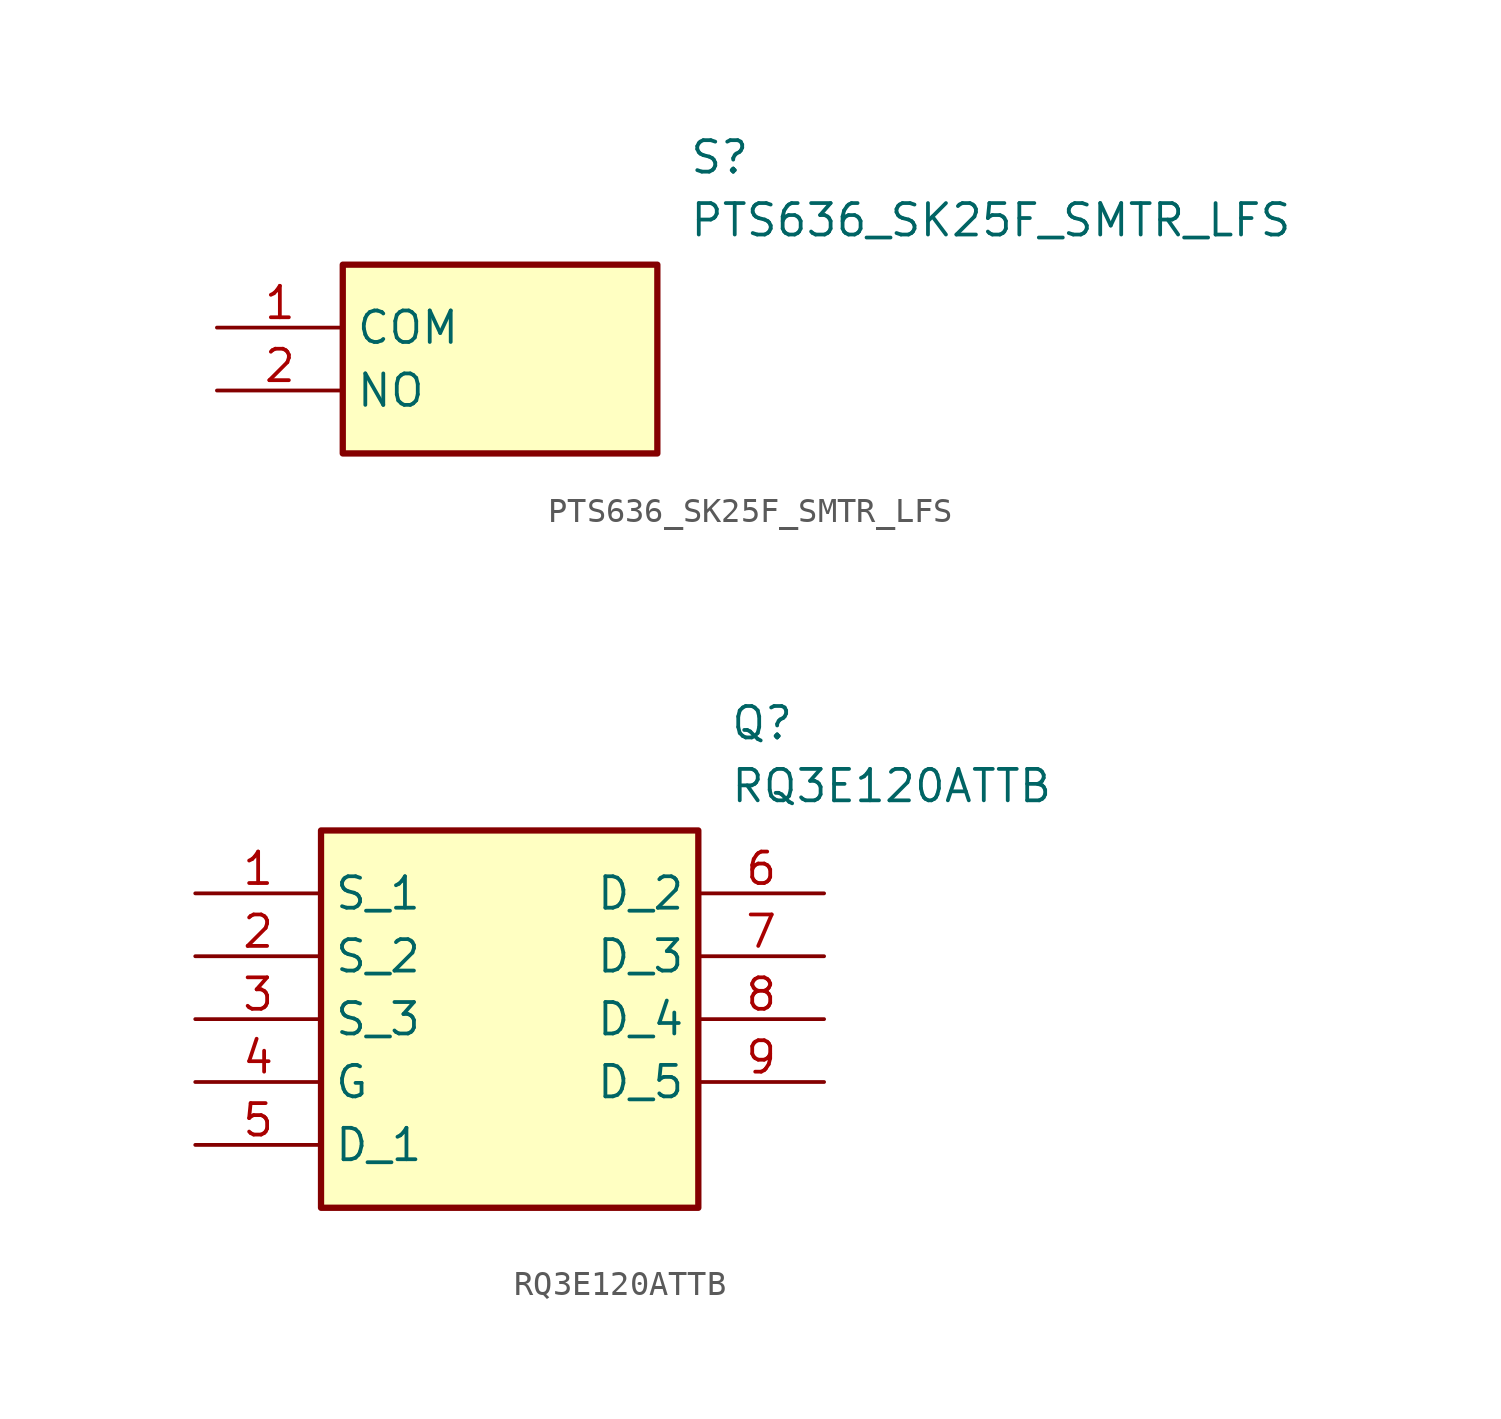
<source format=kicad_sym>
(kicad_symbol_lib
  (version 20220914)
  (generator SamacSys_ECAD_Model)
  (symbol "PTS636_SK25F_SMTR_LFS"
    (property "Reference" "S"
      (at 19.05 7.62 0)
      (effects (font (size 1.27 1.27)) (justify left top)))
    (property "Value" "PTS636_SK25F_SMTR_LFS"
      (at 19.05 5.08 0)
      (effects (font (size 1.27 1.27)) (justify left top)))
    (rectangle
      (start 5.08 2.54)
      (end 17.78 -5.08)
      (stroke (width 0.254) (type default))
      (fill (type background)))
    (pin passive line
      (at 0 0 0)
      (length 5.08)
      (name "COM" (effects (font (size 1.27 1.27))))
      (number "1" (effects (font (size 1.27 1.27)))))
    (pin passive line
      (at 0 -2.54 0)
      (length 5.08)
      (name "NO" (effects (font (size 1.27 1.27))))
      (number "2" (effects (font (size 1.27 1.27))))))
  (symbol "RQ3E120ATTB"
    (property "Reference" "Q"
      (at 21.59 7.62 0)
      (effects (font (size 1.27 1.27)) (justify left top)))
    (property "Value" "RQ3E120ATTB"
      (at 21.59 5.08 0)
      (effects (font (size 1.27 1.27)) (justify left top)))
    (rectangle
      (start 5.08 2.54)
      (end 20.32 -12.7)
      (stroke (width 0.254) (type default))
      (fill (type background)))
    (pin passive line
      (at 0 0 0)
      (length 5.08)
      (name "S_1" (effects (font (size 1.27 1.27))))
      (number "1" (effects (font (size 1.27 1.27)))))
    (pin passive line
      (at 0 -2.54 0)
      (length 5.08)
      (name "S_2" (effects (font (size 1.27 1.27))))
      (number "2" (effects (font (size 1.27 1.27)))))
    (pin passive line
      (at 0 -5.08 0)
      (length 5.08)
      (name "S_3" (effects (font (size 1.27 1.27))))
      (number "3" (effects (font (size 1.27 1.27)))))
    (pin passive line
      (at 0 -7.62 0)
      (length 5.08)
      (name "G" (effects (font (size 1.27 1.27))))
      (number "4" (effects (font (size 1.27 1.27)))))
    (pin passive line
      (at 0 -10.16 0)
      (length 5.08)
      (name "D_1" (effects (font (size 1.27 1.27))))
      (number "5" (effects (font (size 1.27 1.27)))))
    (pin passive line
      (at 25.4 0 180)
      (length 5.08)
      (name "D_2" (effects (font (size 1.27 1.27))))
      (number "6" (effects (font (size 1.27 1.27)))))
    (pin passive line
      (at 25.4 -2.54 180)
      (length 5.08)
      (name "D_3" (effects (font (size 1.27 1.27))))
      (number "7" (effects (font (size 1.27 1.27)))))
    (pin passive line
      (at 25.4 -5.08 180)
      (length 5.08)
      (name "D_4" (effects (font (size 1.27 1.27))))
      (number "8" (effects (font (size 1.27 1.27)))))
    (pin passive line
      (at 25.4 -7.62 180)
      (length 5.08)
      (name "D_5" (effects (font (size 1.27 1.27))))
      (number "9" (effects (font (size 1.27 1.27)))))))
</source>
